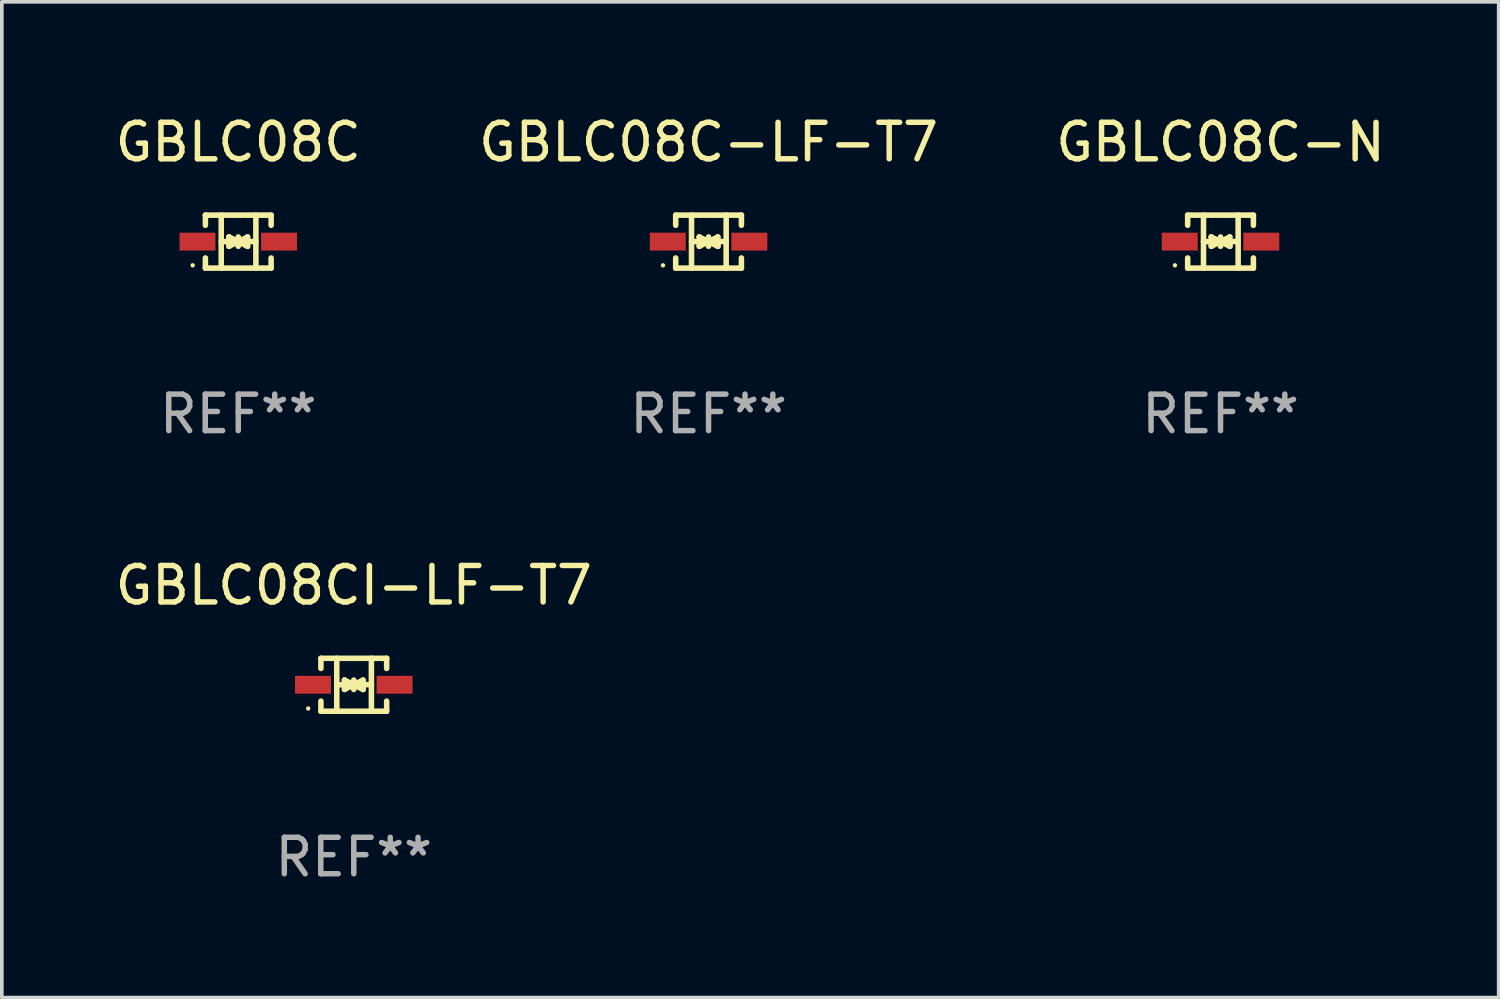
<source format=kicad_pcb>
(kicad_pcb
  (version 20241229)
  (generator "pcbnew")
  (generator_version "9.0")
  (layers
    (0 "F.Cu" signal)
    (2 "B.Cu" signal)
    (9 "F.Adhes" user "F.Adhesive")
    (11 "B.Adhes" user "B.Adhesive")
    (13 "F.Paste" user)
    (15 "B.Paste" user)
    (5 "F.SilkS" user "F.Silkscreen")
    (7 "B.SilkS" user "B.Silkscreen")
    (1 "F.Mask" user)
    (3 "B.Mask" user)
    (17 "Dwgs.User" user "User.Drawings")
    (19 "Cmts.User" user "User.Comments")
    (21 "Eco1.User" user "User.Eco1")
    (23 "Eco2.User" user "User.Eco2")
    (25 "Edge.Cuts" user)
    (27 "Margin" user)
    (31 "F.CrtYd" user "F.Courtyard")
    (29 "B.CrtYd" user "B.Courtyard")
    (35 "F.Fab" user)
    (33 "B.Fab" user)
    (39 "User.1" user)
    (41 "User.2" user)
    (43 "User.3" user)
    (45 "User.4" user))
  (footprint "GBLC08CI-LF-T7"
    (layer "F.Cu")
    (at 6.649 15.723)
    (property "Reference" "GBLC08CI-LF-T7" (at 0 -2.726 0) (layer "F.SilkS") (effects (font (size 1 1) (thickness 0.15))))
    (attr through_hole)
    (fp_line (start -0.901 -0.726) (end -0.901 -0.448) (stroke (width 0.152) (type solid)) (layer "F.SilkS"))
    (fp_line (start -0.901 0.726) (end -0.901 0.448) (stroke (width 0.152) (type solid)) (layer "F.SilkS"))
    (fp_line (start -0.467 0) (end 0.483 -0.003) (stroke (width 0.154) (type solid)) (layer "F.SilkS"))
    (fp_line (start -0.467 0.726) (end -0.467 -0.726) (stroke (width 0.152) (type solid)) (layer "F.SilkS"))
    (fp_line (start -0.254 -0.127) (end -0.254 -0.127) (stroke (width 0.154) (type solid)) (layer "F.SilkS"))
    (fp_line (start -0.254 -0.127) (end -0.002 -0.003) (stroke (width 0.154) (type solid)) (layer "F.SilkS"))
    (fp_line (start -0.254 0.127) (end -0.254 -0.127) (stroke (width 0.154) (type solid)) (layer "F.SilkS"))
    (fp_line (start -0.127 0) (end 0.003 0) (stroke (width 0.154) (type solid)) (layer "F.SilkS"))
    (fp_line (start -0.003 0) (end -0.254 0.127) (stroke (width 0.154) (type solid)) (layer "F.SilkS"))
    (fp_line (start 0 -0.127) (end 0 0.127) (stroke (width 0.154) (type solid)) (layer "F.SilkS"))
    (fp_line (start 0.003 0) (end 0.254 -0.127) (stroke (width 0.154) (type solid)) (layer "F.SilkS"))
    (fp_line (start 0.127 0) (end -0.003 0) (stroke (width 0.154) (type solid)) (layer "F.SilkS"))
    (fp_line (start 0.254 -0.127) (end 0.254 0.127) (stroke (width 0.154) (type solid)) (layer "F.SilkS"))
    (fp_line (start 0.254 0.127) (end 0.002 0.003) (stroke (width 0.154) (type solid)) (layer "F.SilkS"))
    (fp_line (start 0.254 0.127) (end 0.254 0.127) (stroke (width 0.154) (type solid)) (layer "F.SilkS"))
    (fp_line (start 0.483 0.726) (end 0.483 -0.726) (stroke (width 0.152) (type solid)) (layer "F.SilkS"))
    (fp_line (start 0.901 -0.726) (end -0.901 -0.726) (stroke (width 0.152) (type solid)) (layer "F.SilkS"))
    (fp_line (start 0.901 -0.726) (end 0.901 -0.448) (stroke (width 0.152) (type solid)) (layer "F.SilkS"))
    (fp_line (start 0.901 0.726) (end -0.901 0.726) (stroke (width 0.152) (type solid)) (layer "F.SilkS"))
    (fp_line (start 0.901 0.726) (end 0.901 0.448) (stroke (width 0.152) (type solid)) (layer "F.SilkS"))
    (fp_circle (center -1.25 0.65) (end -1.22 0.65) (stroke (width 0.06) (type solid)) (fill no) (layer "F.SilkS"))
    (fp_text user "REF**" (at 0 4.726 0) (layer "F.Fab") (effects (font (size 1 1) (thickness 0.15))))
    (pad "1" smd rect (at -1.118 0) (size 0.985 0.49) (layers "F.Cu" "F.Mask" "F.Paste"))
    (pad "2" smd rect (at 1.118 0) (size 0.985 0.49) (layers "F.Cu" "F.Mask" "F.Paste")))
  (footprint "GBLC08C-N"
    (layer "F.Cu")
    (at 30.411 3.574)
    (property "Reference" "GBLC08C-N" (at 0 -2.726 0) (layer "F.SilkS") (effects (font (size 1 1) (thickness 0.15))))
    (attr through_hole)
    (fp_line (start -0.901 -0.726) (end -0.901 -0.448) (stroke (width 0.152) (type solid)) (layer "F.SilkS"))
    (fp_line (start -0.901 0.726) (end -0.901 0.448) (stroke (width 0.152) (type solid)) (layer "F.SilkS"))
    (fp_line (start -0.467 0) (end 0.483 -0.003) (stroke (width 0.154) (type solid)) (layer "F.SilkS"))
    (fp_line (start -0.467 0.726) (end -0.467 -0.726) (stroke (width 0.152) (type solid)) (layer "F.SilkS"))
    (fp_line (start -0.254 -0.127) (end -0.254 -0.127) (stroke (width 0.154) (type solid)) (layer "F.SilkS"))
    (fp_line (start -0.254 -0.127) (end -0.002 -0.003) (stroke (width 0.154) (type solid)) (layer "F.SilkS"))
    (fp_line (start -0.254 0.127) (end -0.254 -0.127) (stroke (width 0.154) (type solid)) (layer "F.SilkS"))
    (fp_line (start -0.127 0) (end 0.003 0) (stroke (width 0.154) (type solid)) (layer "F.SilkS"))
    (fp_line (start -0.003 0) (end -0.254 0.127) (stroke (width 0.154) (type solid)) (layer "F.SilkS"))
    (fp_line (start 0 -0.127) (end 0 0.127) (stroke (width 0.154) (type solid)) (layer "F.SilkS"))
    (fp_line (start 0.003 0) (end 0.254 -0.127) (stroke (width 0.154) (type solid)) (layer "F.SilkS"))
    (fp_line (start 0.127 0) (end -0.003 0) (stroke (width 0.154) (type solid)) (layer "F.SilkS"))
    (fp_line (start 0.254 -0.127) (end 0.254 0.127) (stroke (width 0.154) (type solid)) (layer "F.SilkS"))
    (fp_line (start 0.254 0.127) (end 0.002 0.003) (stroke (width 0.154) (type solid)) (layer "F.SilkS"))
    (fp_line (start 0.254 0.127) (end 0.254 0.127) (stroke (width 0.154) (type solid)) (layer "F.SilkS"))
    (fp_line (start 0.483 0.726) (end 0.483 -0.726) (stroke (width 0.152) (type solid)) (layer "F.SilkS"))
    (fp_line (start 0.901 -0.726) (end -0.901 -0.726) (stroke (width 0.152) (type solid)) (layer "F.SilkS"))
    (fp_line (start 0.901 -0.726) (end 0.901 -0.448) (stroke (width 0.152) (type solid)) (layer "F.SilkS"))
    (fp_line (start 0.901 0.726) (end -0.901 0.726) (stroke (width 0.152) (type solid)) (layer "F.SilkS"))
    (fp_line (start 0.901 0.726) (end 0.901 0.448) (stroke (width 0.152) (type solid)) (layer "F.SilkS"))
    (fp_circle (center -1.25 0.65) (end -1.22 0.65) (stroke (width 0.06) (type solid)) (fill no) (layer "F.SilkS"))
    (fp_text user "REF**" (at 0 4.726 0) (layer "F.Fab") (effects (font (size 1 1) (thickness 0.15))))
    (pad "1" smd rect (at -1.118 0) (size 0.985 0.49) (layers "F.Cu" "F.Mask" "F.Paste"))
    (pad "2" smd rect (at 1.118 0) (size 0.985 0.49) (layers "F.Cu" "F.Mask" "F.Paste")))
  (footprint "GBLC08C"
    (layer "F.Cu")
    (at 3.482 3.574)
    (property "Reference" "GBLC08C" (at 0 -2.726 0) (layer "F.SilkS") (effects (font (size 1 1) (thickness 0.15))))
    (attr through_hole)
    (fp_line (start -0.901 -0.726) (end -0.901 -0.448) (stroke (width 0.152) (type solid)) (layer "F.SilkS"))
    (fp_line (start -0.901 0.726) (end -0.901 0.448) (stroke (width 0.152) (type solid)) (layer "F.SilkS"))
    (fp_line (start -0.467 0) (end 0.483 -0.003) (stroke (width 0.154) (type solid)) (layer "F.SilkS"))
    (fp_line (start -0.467 0.726) (end -0.467 -0.726) (stroke (width 0.152) (type solid)) (layer "F.SilkS"))
    (fp_line (start -0.254 -0.127) (end -0.254 -0.127) (stroke (width 0.154) (type solid)) (layer "F.SilkS"))
    (fp_line (start -0.254 -0.127) (end -0.002 -0.003) (stroke (width 0.154) (type solid)) (layer "F.SilkS"))
    (fp_line (start -0.254 0.127) (end -0.254 -0.127) (stroke (width 0.154) (type solid)) (layer "F.SilkS"))
    (fp_line (start -0.127 0) (end 0.003 0) (stroke (width 0.154) (type solid)) (layer "F.SilkS"))
    (fp_line (start -0.003 0) (end -0.254 0.127) (stroke (width 0.154) (type solid)) (layer "F.SilkS"))
    (fp_line (start 0 -0.127) (end 0 0.127) (stroke (width 0.154) (type solid)) (layer "F.SilkS"))
    (fp_line (start 0.003 0) (end 0.254 -0.127) (stroke (width 0.154) (type solid)) (layer "F.SilkS"))
    (fp_line (start 0.127 0) (end -0.003 0) (stroke (width 0.154) (type solid)) (layer "F.SilkS"))
    (fp_line (start 0.254 -0.127) (end 0.254 0.127) (stroke (width 0.154) (type solid)) (layer "F.SilkS"))
    (fp_line (start 0.254 0.127) (end 0.002 0.003) (stroke (width 0.154) (type solid)) (layer "F.SilkS"))
    (fp_line (start 0.254 0.127) (end 0.254 0.127) (stroke (width 0.154) (type solid)) (layer "F.SilkS"))
    (fp_line (start 0.483 0.726) (end 0.483 -0.726) (stroke (width 0.152) (type solid)) (layer "F.SilkS"))
    (fp_line (start 0.901 -0.726) (end -0.901 -0.726) (stroke (width 0.152) (type solid)) (layer "F.SilkS"))
    (fp_line (start 0.901 -0.726) (end 0.901 -0.448) (stroke (width 0.152) (type solid)) (layer "F.SilkS"))
    (fp_line (start 0.901 0.726) (end -0.901 0.726) (stroke (width 0.152) (type solid)) (layer "F.SilkS"))
    (fp_line (start 0.901 0.726) (end 0.901 0.448) (stroke (width 0.152) (type solid)) (layer "F.SilkS"))
    (fp_circle (center -1.25 0.65) (end -1.22 0.65) (stroke (width 0.06) (type solid)) (fill no) (layer "F.SilkS"))
    (fp_text user "REF**" (at 0 4.726 0) (layer "F.Fab") (effects (font (size 1 1) (thickness 0.15))))
    (pad "1" smd rect (at -1.118 0) (size 0.985 0.49) (layers "F.Cu" "F.Mask" "F.Paste"))
    (pad "2" smd rect (at 1.118 0) (size 0.985 0.49) (layers "F.Cu" "F.Mask" "F.Paste")))
  (footprint "GBLC08C-LF-T7"
    (layer "F.Cu")
    (at 16.375 3.574)
    (property "Reference" "GBLC08C-LF-T7" (at 0 -2.726 0) (layer "F.SilkS") (effects (font (size 1 1) (thickness 0.15))))
    (attr through_hole)
    (fp_line (start -0.901 -0.726) (end -0.901 -0.448) (stroke (width 0.152) (type solid)) (layer "F.SilkS"))
    (fp_line (start -0.901 0.726) (end -0.901 0.448) (stroke (width 0.152) (type solid)) (layer "F.SilkS"))
    (fp_line (start -0.467 0) (end 0.483 -0.003) (stroke (width 0.154) (type solid)) (layer "F.SilkS"))
    (fp_line (start -0.467 0.726) (end -0.467 -0.726) (stroke (width 0.152) (type solid)) (layer "F.SilkS"))
    (fp_line (start -0.254 -0.127) (end -0.254 -0.127) (stroke (width 0.154) (type solid)) (layer "F.SilkS"))
    (fp_line (start -0.254 -0.127) (end -0.002 -0.003) (stroke (width 0.154) (type solid)) (layer "F.SilkS"))
    (fp_line (start -0.254 0.127) (end -0.254 -0.127) (stroke (width 0.154) (type solid)) (layer "F.SilkS"))
    (fp_line (start -0.127 0) (end 0.003 0) (stroke (width 0.154) (type solid)) (layer "F.SilkS"))
    (fp_line (start -0.003 0) (end -0.254 0.127) (stroke (width 0.154) (type solid)) (layer "F.SilkS"))
    (fp_line (start 0 -0.127) (end 0 0.127) (stroke (width 0.154) (type solid)) (layer "F.SilkS"))
    (fp_line (start 0.003 0) (end 0.254 -0.127) (stroke (width 0.154) (type solid)) (layer "F.SilkS"))
    (fp_line (start 0.127 0) (end -0.003 0) (stroke (width 0.154) (type solid)) (layer "F.SilkS"))
    (fp_line (start 0.254 -0.127) (end 0.254 0.127) (stroke (width 0.154) (type solid)) (layer "F.SilkS"))
    (fp_line (start 0.254 0.127) (end 0.002 0.003) (stroke (width 0.154) (type solid)) (layer "F.SilkS"))
    (fp_line (start 0.254 0.127) (end 0.254 0.127) (stroke (width 0.154) (type solid)) (layer "F.SilkS"))
    (fp_line (start 0.483 0.726) (end 0.483 -0.726) (stroke (width 0.152) (type solid)) (layer "F.SilkS"))
    (fp_line (start 0.901 -0.726) (end -0.901 -0.726) (stroke (width 0.152) (type solid)) (layer "F.SilkS"))
    (fp_line (start 0.901 -0.726) (end 0.901 -0.448) (stroke (width 0.152) (type solid)) (layer "F.SilkS"))
    (fp_line (start 0.901 0.726) (end -0.901 0.726) (stroke (width 0.152) (type solid)) (layer "F.SilkS"))
    (fp_line (start 0.901 0.726) (end 0.901 0.448) (stroke (width 0.152) (type solid)) (layer "F.SilkS"))
    (fp_circle (center -1.25 0.65) (end -1.22 0.65) (stroke (width 0.06) (type solid)) (fill no) (layer "F.SilkS"))
    (fp_text user "REF**" (at 0 4.726 0) (layer "F.Fab") (effects (font (size 1 1) (thickness 0.15))))
    (pad "1" smd rect (at -1.118 0) (size 0.985 0.49) (layers "F.Cu" "F.Mask" "F.Paste"))
    (pad "2" smd rect (at 1.118 0) (size 0.985 0.49) (layers "F.Cu" "F.Mask" "F.Paste")))
  (gr_rect
    (start -3 -3)
    (end 38.036 24.298)
    (stroke (width 0.1) (type default))
    (fill no)
    (layer "Edge.Cuts")))
</source>
